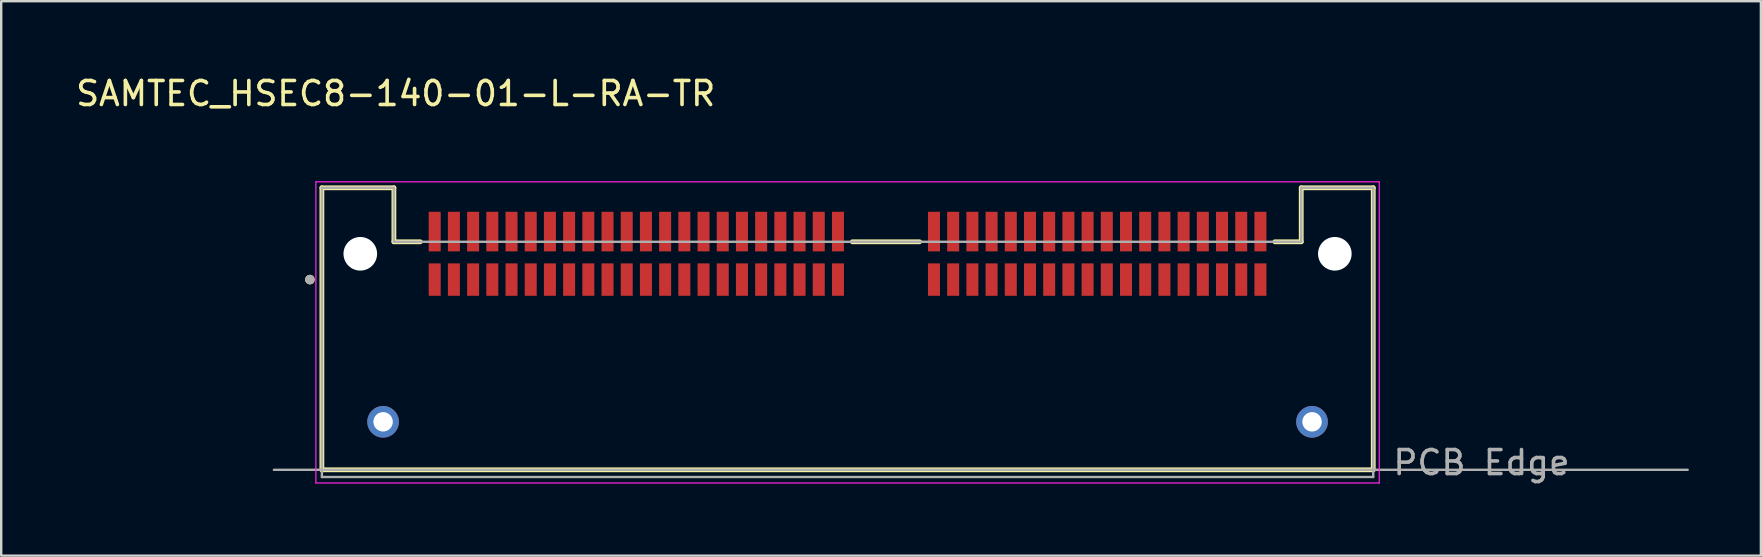
<source format=kicad_pcb>
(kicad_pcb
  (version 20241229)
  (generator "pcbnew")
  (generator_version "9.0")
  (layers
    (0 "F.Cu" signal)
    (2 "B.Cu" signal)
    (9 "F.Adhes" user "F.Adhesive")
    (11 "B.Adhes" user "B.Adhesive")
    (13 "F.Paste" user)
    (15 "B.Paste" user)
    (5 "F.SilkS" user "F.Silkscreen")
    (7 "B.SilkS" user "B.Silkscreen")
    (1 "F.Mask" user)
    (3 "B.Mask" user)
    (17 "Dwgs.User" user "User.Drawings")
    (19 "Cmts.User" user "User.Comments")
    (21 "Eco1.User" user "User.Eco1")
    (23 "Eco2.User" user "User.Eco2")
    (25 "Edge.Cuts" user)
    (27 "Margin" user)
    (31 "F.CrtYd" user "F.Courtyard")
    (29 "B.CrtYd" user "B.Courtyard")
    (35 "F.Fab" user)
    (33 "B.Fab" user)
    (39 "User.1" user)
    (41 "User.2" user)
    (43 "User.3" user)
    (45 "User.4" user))
  (footprint "SAMTEC_HSEC8-140-01-L-RA-TR"
    (layer "F.Cu")
    (at 32.26 7.523)
    (property "Reference" "SAMTEC_HSEC8-140-01-L-RA-TR" (at -18.825 -6.675 0) (layer "F.SilkS") (effects (font (size 1 1) (thickness 0.15))))
    (attr smd)
    (fp_line (start -21.9 -2.75) (end -18.9 -2.75) (stroke (width 0.2) (type solid)) (layer "F.SilkS"))
    (fp_line (start -21.9 9) (end -21.9 -2.75) (stroke (width 0.2) (type solid)) (layer "F.SilkS"))
    (fp_line (start -18.9 -2.75) (end -18.9 -0.5) (stroke (width 0.2) (type solid)) (layer "F.SilkS"))
    (fp_line (start -18.9 -0.5) (end -17.8 -0.5) (stroke (width 0.2) (type solid)) (layer "F.SilkS"))
    (fp_line (start 0.2 -0.5) (end 3 -0.5) (stroke (width 0.2) (type solid)) (layer "F.SilkS"))
    (fp_line (start 17.8 -0.5) (end 18.9 -0.5) (stroke (width 0.2) (type solid)) (layer "F.SilkS"))
    (fp_line (start 18.9 -2.75) (end 21.9 -2.75) (stroke (width 0.2) (type solid)) (layer "F.SilkS"))
    (fp_line (start 18.9 -0.5) (end 18.9 -2.75) (stroke (width 0.2) (type solid)) (layer "F.SilkS"))
    (fp_line (start 21.9 -2.75) (end 21.9 9) (stroke (width 0.2) (type solid)) (layer "F.SilkS"))
    (fp_line (start 21.9 9) (end -21.9 9) (stroke (width 0.2) (type solid)) (layer "F.SilkS"))
    (fp_circle (center -22.4 1.075) (end -22.3 1.075) (stroke (width 0.2) (type solid)) (fill no) (layer "F.SilkS"))
    (fp_circle (center -19.35 7) (end -18.747 7) (stroke (width 1.205) (type solid)) (fill no) (layer "F.Paste"))
    (fp_circle (center 19.35 7) (end 19.953 7) (stroke (width 1.205) (type solid)) (fill no) (layer "F.Paste"))
    (fp_line (start -22.15 -3) (end 22.15 -3) (stroke (width 0.05) (type solid)) (layer "F.CrtYd"))
    (fp_line (start -22.15 9.55) (end -22.15 -3) (stroke (width 0.05) (type solid)) (layer "F.CrtYd"))
    (fp_line (start 22.15 -3) (end 22.15 9.55) (stroke (width 0.05) (type solid)) (layer "F.CrtYd"))
    (fp_line (start 22.15 9.55) (end -22.15 9.55) (stroke (width 0.05) (type solid)) (layer "F.CrtYd"))
    (fp_line (start -23.9 9) (end 35 9) (stroke (width 0.1) (type solid)) (layer "F.Fab"))
    (fp_line (start -21.9 -2.75) (end -18.9 -2.75) (stroke (width 0.1) (type solid)) (layer "F.Fab"))
    (fp_line (start -21.9 9.3) (end -21.9 -2.75) (stroke (width 0.1) (type solid)) (layer "F.Fab"))
    (fp_line (start -18.9 -2.75) (end -18.9 -0.5) (stroke (width 0.1) (type solid)) (layer "F.Fab"))
    (fp_line (start -18.9 -0.5) (end 18.9 -0.5) (stroke (width 0.1) (type solid)) (layer "F.Fab"))
    (fp_line (start 18.9 -2.75) (end 21.9 -2.75) (stroke (width 0.1) (type solid)) (layer "F.Fab"))
    (fp_line (start 18.9 -0.5) (end 18.9 -2.75) (stroke (width 0.1) (type solid)) (layer "F.Fab"))
    (fp_line (start 21.9 -2.75) (end 21.9 9.3) (stroke (width 0.1) (type solid)) (layer "F.Fab"))
    (fp_line (start 21.9 9.3) (end -21.9 9.3) (stroke (width 0.1) (type solid)) (layer "F.Fab"))
    (fp_circle (center -22.4 1.075) (end -22.3 1.075) (stroke (width 0.2) (type solid)) (fill no) (layer "F.Fab"))
    (fp_text user "PCB Edge" (at 26.41 8.7 0) (layer "F.Fab") (effects (font (size 1 1) (thickness 0.15))))
    (pad "" np_thru_hole circle (at -20.3 0) (size 1.4 1.4) (drill 1.4) (layers "*.Cu" "*.Mask"))
    (pad "" np_thru_hole circle (at 20.3 0) (size 1.4 1.4) (drill 1.4) (layers "*.Cu" "*.Mask"))
    (pad "01" smd rect (at -17.2 1.075) (size 0.5 1.35) (layers "F.Cu" "F.Mask" "F.Paste"))
    (pad "02" smd rect (at -17.2 -0.925) (size 0.5 1.65) (layers "F.Cu" "F.Mask" "F.Paste"))
    (pad "03" smd rect (at -16.4 1.075) (size 0.5 1.35) (layers "F.Cu" "F.Mask" "F.Paste"))
    (pad "04" smd rect (at -16.4 -0.925) (size 0.5 1.65) (layers "F.Cu" "F.Mask" "F.Paste"))
    (pad "05" smd rect (at -15.6 1.075) (size 0.5 1.35) (layers "F.Cu" "F.Mask" "F.Paste"))
    (pad "06" smd rect (at -15.6 -0.925) (size 0.5 1.65) (layers "F.Cu" "F.Mask" "F.Paste"))
    (pad "07" smd rect (at -14.8 1.075) (size 0.5 1.35) (layers "F.Cu" "F.Mask" "F.Paste"))
    (pad "08" smd rect (at -14.8 -0.925) (size 0.5 1.65) (layers "F.Cu" "F.Mask" "F.Paste"))
    (pad "09" smd rect (at -14 1.075) (size 0.5 1.35) (layers "F.Cu" "F.Mask" "F.Paste"))
    (pad "10" smd rect (at -14 -0.925) (size 0.5 1.65) (layers "F.Cu" "F.Mask" "F.Paste"))
    (pad "11" smd rect (at -13.2 1.075) (size 0.5 1.35) (layers "F.Cu" "F.Mask" "F.Paste"))
    (pad "12" smd rect (at -13.2 -0.925) (size 0.5 1.65) (layers "F.Cu" "F.Mask" "F.Paste"))
    (pad "13" smd rect (at -12.4 1.075) (size 0.5 1.35) (layers "F.Cu" "F.Mask" "F.Paste"))
    (pad "14" smd rect (at -12.4 -0.925) (size 0.5 1.65) (layers "F.Cu" "F.Mask" "F.Paste"))
    (pad "15" smd rect (at -11.6 1.075) (size 0.5 1.35) (layers "F.Cu" "F.Mask" "F.Paste"))
    (pad "16" smd rect (at -11.6 -0.925) (size 0.5 1.65) (layers "F.Cu" "F.Mask" "F.Paste"))
    (pad "17" smd rect (at -10.8 1.075) (size 0.5 1.35) (layers "F.Cu" "F.Mask" "F.Paste"))
    (pad "18" smd rect (at -10.8 -0.925) (size 0.5 1.65) (layers "F.Cu" "F.Mask" "F.Paste"))
    (pad "19" smd rect (at -10 1.075) (size 0.5 1.35) (layers "F.Cu" "F.Mask" "F.Paste"))
    (pad "20" smd rect (at -10 -0.925) (size 0.5 1.65) (layers "F.Cu" "F.Mask" "F.Paste"))
    (pad "21" smd rect (at -9.2 1.075) (size 0.5 1.35) (layers "F.Cu" "F.Mask" "F.Paste"))
    (pad "22" smd rect (at -9.2 -0.925) (size 0.5 1.65) (layers "F.Cu" "F.Mask" "F.Paste"))
    (pad "23" smd rect (at -8.4 1.075) (size 0.5 1.35) (layers "F.Cu" "F.Mask" "F.Paste"))
    (pad "24" smd rect (at -8.4 -0.925) (size 0.5 1.65) (layers "F.Cu" "F.Mask" "F.Paste"))
    (pad "25" smd rect (at -7.6 1.075) (size 0.5 1.35) (layers "F.Cu" "F.Mask" "F.Paste"))
    (pad "26" smd rect (at -7.6 -0.925) (size 0.5 1.65) (layers "F.Cu" "F.Mask" "F.Paste"))
    (pad "27" smd rect (at -6.8 1.075) (size 0.5 1.35) (layers "F.Cu" "F.Mask" "F.Paste"))
    (pad "28" smd rect (at -6.8 -0.925) (size 0.5 1.65) (layers "F.Cu" "F.Mask" "F.Paste"))
    (pad "29" smd rect (at -6 1.075) (size 0.5 1.35) (layers "F.Cu" "F.Mask" "F.Paste"))
    (pad "30" smd rect (at -6 -0.925) (size 0.5 1.65) (layers "F.Cu" "F.Mask" "F.Paste"))
    (pad "31" smd rect (at -5.2 1.075) (size 0.5 1.35) (layers "F.Cu" "F.Mask" "F.Paste"))
    (pad "32" smd rect (at -5.2 -0.925) (size 0.5 1.65) (layers "F.Cu" "F.Mask" "F.Paste"))
    (pad "33" smd rect (at -4.4 1.075) (size 0.5 1.35) (layers "F.Cu" "F.Mask" "F.Paste"))
    (pad "34" smd rect (at -4.4 -0.925) (size 0.5 1.65) (layers "F.Cu" "F.Mask" "F.Paste"))
    (pad "35" smd rect (at -3.6 1.075) (size 0.5 1.35) (layers "F.Cu" "F.Mask" "F.Paste"))
    (pad "36" smd rect (at -3.6 -0.925) (size 0.5 1.65) (layers "F.Cu" "F.Mask" "F.Paste"))
    (pad "37" smd rect (at -2.8 1.075) (size 0.5 1.35) (layers "F.Cu" "F.Mask" "F.Paste"))
    (pad "38" smd rect (at -2.8 -0.925) (size 0.5 1.65) (layers "F.Cu" "F.Mask" "F.Paste"))
    (pad "39" smd rect (at -2 1.075) (size 0.5 1.35) (layers "F.Cu" "F.Mask" "F.Paste"))
    (pad "40" smd rect (at -2 -0.925) (size 0.5 1.65) (layers "F.Cu" "F.Mask" "F.Paste"))
    (pad "41" smd rect (at -1.2 1.075) (size 0.5 1.35) (layers "F.Cu" "F.Mask" "F.Paste"))
    (pad "42" smd rect (at -1.2 -0.925) (size 0.5 1.65) (layers "F.Cu" "F.Mask" "F.Paste"))
    (pad "43" smd rect (at -0.4 1.075) (size 0.5 1.35) (layers "F.Cu" "F.Mask" "F.Paste"))
    (pad "44" smd rect (at -0.4 -0.925) (size 0.5 1.65) (layers "F.Cu" "F.Mask" "F.Paste"))
    (pad "45" smd rect (at 3.6 1.075) (size 0.5 1.35) (layers "F.Cu" "F.Mask" "F.Paste"))
    (pad "46" smd rect (at 3.6 -0.925) (size 0.5 1.65) (layers "F.Cu" "F.Mask" "F.Paste"))
    (pad "47" smd rect (at 4.4 1.075) (size 0.5 1.35) (layers "F.Cu" "F.Mask" "F.Paste"))
    (pad "48" smd rect (at 4.4 -0.925) (size 0.5 1.65) (layers "F.Cu" "F.Mask" "F.Paste"))
    (pad "49" smd rect (at 5.2 1.075) (size 0.5 1.35) (layers "F.Cu" "F.Mask" "F.Paste"))
    (pad "50" smd rect (at 5.2 -0.925) (size 0.5 1.65) (layers "F.Cu" "F.Mask" "F.Paste"))
    (pad "51" smd rect (at 6 1.075) (size 0.5 1.35) (layers "F.Cu" "F.Mask" "F.Paste"))
    (pad "52" smd rect (at 6 -0.925) (size 0.5 1.65) (layers "F.Cu" "F.Mask" "F.Paste"))
    (pad "53" smd rect (at 6.8 1.075) (size 0.5 1.35) (layers "F.Cu" "F.Mask" "F.Paste"))
    (pad "54" smd rect (at 6.8 -0.925) (size 0.5 1.65) (layers "F.Cu" "F.Mask" "F.Paste"))
    (pad "55" smd rect (at 7.6 1.075) (size 0.5 1.35) (layers "F.Cu" "F.Mask" "F.Paste"))
    (pad "56" smd rect (at 7.6 -0.925) (size 0.5 1.65) (layers "F.Cu" "F.Mask" "F.Paste"))
    (pad "57" smd rect (at 8.4 1.075) (size 0.5 1.35) (layers "F.Cu" "F.Mask" "F.Paste"))
    (pad "58" smd rect (at 8.4 -0.925) (size 0.5 1.65) (layers "F.Cu" "F.Mask" "F.Paste"))
    (pad "59" smd rect (at 9.2 1.075) (size 0.5 1.35) (layers "F.Cu" "F.Mask" "F.Paste"))
    (pad "60" smd rect (at 9.2 -0.925) (size 0.5 1.65) (layers "F.Cu" "F.Mask" "F.Paste"))
    (pad "61" smd rect (at 10 1.075) (size 0.5 1.35) (layers "F.Cu" "F.Mask" "F.Paste"))
    (pad "62" smd rect (at 10 -0.925) (size 0.5 1.65) (layers "F.Cu" "F.Mask" "F.Paste"))
    (pad "63" smd rect (at 10.8 1.075) (size 0.5 1.35) (layers "F.Cu" "F.Mask" "F.Paste"))
    (pad "64" smd rect (at 10.8 -0.925) (size 0.5 1.65) (layers "F.Cu" "F.Mask" "F.Paste"))
    (pad "65" smd rect (at 11.6 1.075) (size 0.5 1.35) (layers "F.Cu" "F.Mask" "F.Paste"))
    (pad "66" smd rect (at 11.6 -0.925) (size 0.5 1.65) (layers "F.Cu" "F.Mask" "F.Paste"))
    (pad "67" smd rect (at 12.4 1.075) (size 0.5 1.35) (layers "F.Cu" "F.Mask" "F.Paste"))
    (pad "68" smd rect (at 12.4 -0.925) (size 0.5 1.65) (layers "F.Cu" "F.Mask" "F.Paste"))
    (pad "69" smd rect (at 13.2 1.075) (size 0.5 1.35) (layers "F.Cu" "F.Mask" "F.Paste"))
    (pad "70" smd rect (at 13.2 -0.925) (size 0.5 1.65) (layers "F.Cu" "F.Mask" "F.Paste"))
    (pad "71" smd rect (at 14 1.075) (size 0.5 1.35) (layers "F.Cu" "F.Mask" "F.Paste"))
    (pad "72" smd rect (at 14 -0.925) (size 0.5 1.65) (layers "F.Cu" "F.Mask" "F.Paste"))
    (pad "73" smd rect (at 14.8 1.075) (size 0.5 1.35) (layers "F.Cu" "F.Mask" "F.Paste"))
    (pad "74" smd rect (at 14.8 -0.925) (size 0.5 1.65) (layers "F.Cu" "F.Mask" "F.Paste"))
    (pad "75" smd rect (at 15.6 1.075) (size 0.5 1.35) (layers "F.Cu" "F.Mask" "F.Paste"))
    (pad "76" smd rect (at 15.6 -0.925) (size 0.5 1.65) (layers "F.Cu" "F.Mask" "F.Paste"))
    (pad "77" smd rect (at 16.4 1.075) (size 0.5 1.35) (layers "F.Cu" "F.Mask" "F.Paste"))
    (pad "78" smd rect (at 16.4 -0.925) (size 0.5 1.65) (layers "F.Cu" "F.Mask" "F.Paste"))
    (pad "79" smd rect (at 17.2 1.075) (size 0.5 1.35) (layers "F.Cu" "F.Mask" "F.Paste"))
    (pad "80" smd rect (at 17.2 -0.925) (size 0.5 1.65) (layers "F.Cu" "F.Mask" "F.Paste"))
    (pad "S1" thru_hole circle (at -19.35 7) (size 1.318 1.318) (drill 0.81) (layers "*.Cu" "*.Mask"))
    (pad "S2" thru_hole circle (at 19.35 7) (size 1.318 1.318) (drill 0.81) (layers "*.Cu" "*.Mask")))
  (gr_rect
    (start -3 -3)
    (end 70.31 20.098)
    (stroke (width 0.1) (type default))
    (fill no)
    (layer "Edge.Cuts")))
</source>
